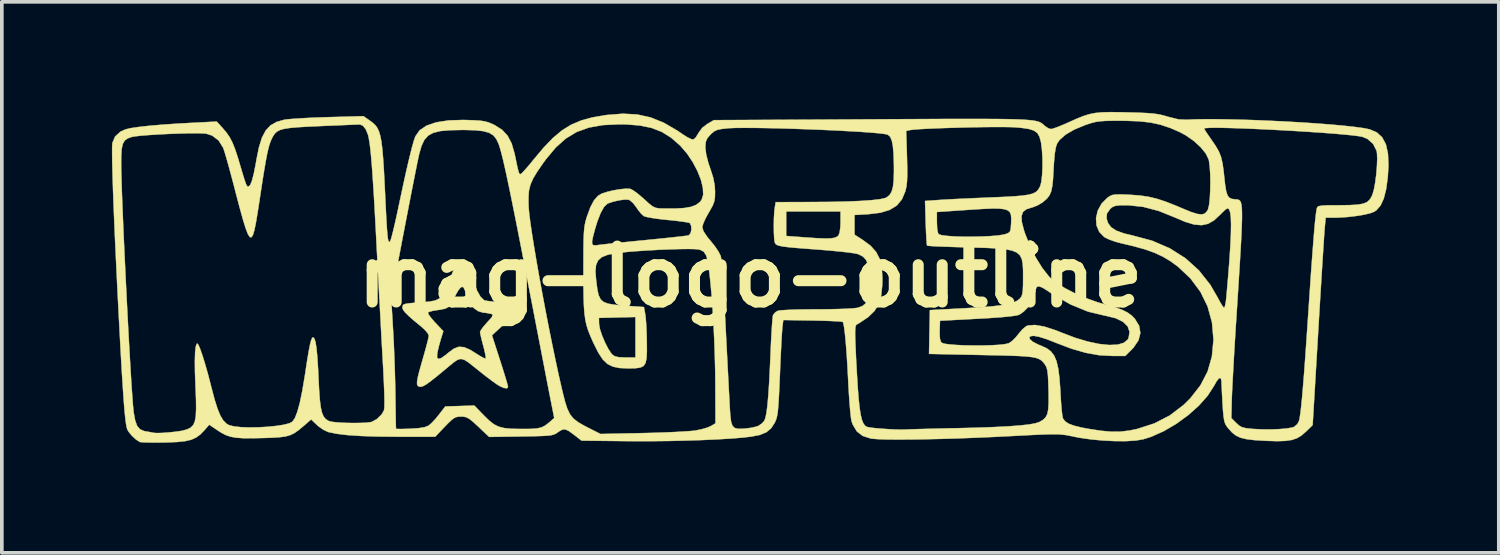
<source format=kicad_pcb>
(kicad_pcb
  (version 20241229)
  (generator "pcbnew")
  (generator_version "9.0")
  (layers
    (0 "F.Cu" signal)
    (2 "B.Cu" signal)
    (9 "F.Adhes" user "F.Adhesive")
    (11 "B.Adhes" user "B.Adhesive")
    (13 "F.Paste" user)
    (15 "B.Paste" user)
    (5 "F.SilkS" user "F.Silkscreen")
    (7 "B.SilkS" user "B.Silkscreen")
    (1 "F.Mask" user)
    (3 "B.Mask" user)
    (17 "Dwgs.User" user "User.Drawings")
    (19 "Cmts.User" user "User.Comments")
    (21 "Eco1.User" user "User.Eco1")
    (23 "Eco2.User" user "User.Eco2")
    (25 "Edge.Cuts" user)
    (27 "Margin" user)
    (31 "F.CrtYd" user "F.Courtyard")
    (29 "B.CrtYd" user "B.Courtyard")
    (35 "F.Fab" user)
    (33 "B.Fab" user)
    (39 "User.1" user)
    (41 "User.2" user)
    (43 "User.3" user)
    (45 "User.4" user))
  (footprint "mag-logo-outline"
    (layer "F.Cu")
    (at 17.396 4.489)
    (property "Reference" "mag-logo-outline" (at 0 0 0) (layer "F.SilkS") (effects (font (size 1.524 1.524) (thickness 0.3))))
    (attr through_hole)
    (fp_poly (pts (xy -7.821 -0.442) (xy -7.763 -0.385) (xy -7.692 -0.259) (xy -7.614 -0.08) (xy -7.538 0.139) (xy -7.535 0.148) (xy -7.448 0.38) (xy -7.355 0.545) (xy -7.262 0.636) (xy -7.23 0.649) (xy -7.145 0.663) (xy -7.001 0.679) (xy -6.824 0.696) (xy -6.752 0.702) (xy -6.526 0.725) (xy -6.376 0.755) (xy -6.292 0.795) (xy -6.265 0.848) (xy -6.265 0.848) (xy -6.294 0.893) (xy -6.369 0.973) (xy -6.443 1.044) (xy -6.574 1.165) (xy -6.728 1.306) (xy -6.831 1.402) (xy -7.042 1.597) (xy -6.823 2.276) (xy -6.75 2.503) (xy -6.688 2.704) (xy -6.64 2.864) (xy -6.611 2.968) (xy -6.604 3.001) (xy -6.635 3.042) (xy -6.726 3.028) (xy -6.837 2.977) (xy -6.921 2.924) (xy -7.052 2.83) (xy -7.21 2.711) (xy -7.346 2.604) (xy -7.545 2.444) (xy -7.69 2.33) (xy -7.799 2.262) (xy -7.889 2.24) (xy -7.975 2.261) (xy -8.074 2.326) (xy -8.204 2.432) (xy -8.335 2.542) (xy -8.55 2.719) (xy -8.711 2.846) (xy -8.829 2.931) (xy -8.914 2.98) (xy -8.975 2.999) (xy -9.023 2.996) (xy -9.035 2.992) (xy -9.068 2.968) (xy -9.084 2.923) (xy -9.081 2.845) (xy -9.059 2.723) (xy -9.014 2.547) (xy -8.946 2.306) (xy -8.905 2.163) (xy -8.849 1.966) (xy -8.804 1.795) (xy -8.773 1.667) (xy -8.763 1.604) (xy -8.794 1.538) (xy -8.874 1.445) (xy -8.96 1.367) (xy -9.169 1.195) (xy -9.317 1.064) (xy -9.404 0.977) (xy -8.786 0.977) (xy -8.771 1.024) (xy -8.708 1.113) (xy -8.611 1.227) (xy -8.589 1.25) (xy -8.367 1.484) (xy -8.436 1.705) (xy -8.481 1.866) (xy -8.52 2.024) (xy -8.532 2.085) (xy -8.539 2.196) (xy -8.506 2.241) (xy -8.43 2.221) (xy -8.306 2.135) (xy -8.234 2.074) (xy -8.081 1.961) (xy -7.944 1.909) (xy -7.802 1.92) (xy -7.636 1.992) (xy -7.496 2.079) (xy -7.367 2.16) (xy -7.267 2.215) (xy -7.215 2.232) (xy -7.212 2.231) (xy -7.212 2.182) (xy -7.232 2.074) (xy -7.267 1.926) (xy -7.278 1.887) (xy -7.32 1.727) (xy -7.351 1.595) (xy -7.366 1.514) (xy -7.366 1.507) (xy -7.339 1.448) (xy -7.267 1.351) (xy -7.172 1.243) (xy -7.071 1.133) (xy -7.022 1.069) (xy -7.019 1.036) (xy -7.055 1.016) (xy -7.077 1.01) (xy -7.2 0.986) (xy -7.289 0.978) (xy -7.419 0.938) (xy -7.55 0.845) (xy -7.649 0.724) (xy -7.682 0.648) (xy -7.719 0.528) (xy -7.769 0.394) (xy -7.771 0.389) (xy -7.815 0.297) (xy -7.853 0.273) (xy -7.902 0.302) (xy -7.959 0.372) (xy -8.027 0.49) (xy -8.067 0.573) (xy -8.142 0.727) (xy -8.216 0.82) (xy -8.315 0.871) (xy -8.465 0.901) (xy -8.519 0.908) (xy -8.654 0.93) (xy -8.753 0.957) (xy -8.786 0.977) (xy -9.404 0.977) (xy -9.414 0.967) (xy -9.466 0.896) (xy -9.483 0.842) (xy -9.483 0.84) (xy -9.478 0.795) (xy -9.457 0.764) (xy -9.403 0.741) (xy -9.305 0.725) (xy -9.148 0.71) (xy -8.958 0.697) (xy -8.748 0.679) (xy -8.595 0.65) (xy -8.482 0.597) (xy -8.394 0.508) (xy -8.316 0.368) (xy -8.231 0.167) (xy -8.195 0.076) (xy -8.096 -0.163) (xy -8.01 -0.325) (xy -7.934 -0.419) (xy -7.861 -0.45) (xy -7.821 -0.442)) (stroke (width 0.01) (type solid)) (fill yes) (layer "F.SilkS"))
    (fp_poly (pts (xy 10.067 -4.482) (xy 10.275 -4.477) (xy 10.57 -4.469) (xy 10.796 -4.459) (xy 10.971 -4.445) (xy 11.111 -4.426) (xy 11.231 -4.4) (xy 11.35 -4.366) (xy 11.367 -4.36) (xy 11.661 -4.287) (xy 11.874 -4.277) (xy 12.13 -4.288) (xy 12.444 -4.292) (xy 12.808 -4.29) (xy 13.21 -4.282) (xy 13.638 -4.27) (xy 14.082 -4.252) (xy 14.53 -4.231) (xy 14.972 -4.206) (xy 15.396 -4.178) (xy 15.791 -4.148) (xy 16.146 -4.116) (xy 16.45 -4.083) (xy 16.693 -4.05) (xy 16.862 -4.017) (xy 16.867 -4.016) (xy 17.064 -3.933) (xy 17.212 -3.798) (xy 17.314 -3.606) (xy 17.37 -3.352) (xy 17.384 -3.033) (xy 17.365 -2.714) (xy 17.32 -2.383) (xy 17.255 -2.127) (xy 17.168 -1.939) (xy 17.056 -1.811) (xy 16.997 -1.771) (xy 16.883 -1.728) (xy 16.706 -1.687) (xy 16.489 -1.652) (xy 16.252 -1.625) (xy 16.018 -1.611) (xy 15.913 -1.609) (xy 15.673 -1.609) (xy 15.648 -1.344) (xy 15.641 -1.254) (xy 15.629 -1.088) (xy 15.614 -0.855) (xy 15.595 -0.561) (xy 15.573 -0.216) (xy 15.549 0.171) (xy 15.523 0.594) (xy 15.496 1.043) (xy 15.47 1.482) (xy 15.318 4.043) (xy 15.137 4.22) (xy 15.017 4.324) (xy 14.895 4.398) (xy 14.754 4.447) (xy 14.579 4.473) (xy 14.355 4.481) (xy 14.064 4.472) (xy 14.012 4.47) (xy 13.73 4.452) (xy 13.516 4.426) (xy 13.354 4.387) (xy 13.228 4.328) (xy 13.123 4.246) (xy 13.021 4.133) (xy 13.021 4.132) (xy 12.981 4.082) (xy 12.95 4.034) (xy 12.925 3.978) (xy 12.906 3.903) (xy 12.89 3.798) (xy 12.876 3.652) (xy 12.863 3.455) (xy 12.849 3.196) (xy 12.833 2.865) (xy 12.831 2.826) (xy 12.811 2.759) (xy 12.766 2.768) (xy 12.7 2.851) (xy 12.632 2.973) (xy 12.459 3.241) (xy 12.22 3.511) (xy 11.93 3.77) (xy 11.605 4.007) (xy 11.262 4.208) (xy 10.917 4.362) (xy 10.699 4.43) (xy 10.498 4.464) (xy 10.235 4.48) (xy 9.93 4.479) (xy 9.603 4.463) (xy 9.275 4.432) (xy 8.966 4.388) (xy 8.832 4.361) (xy 8.71 4.336) (xy 8.604 4.316) (xy 8.501 4.303) (xy 8.389 4.294) (xy 8.257 4.292) (xy 8.092 4.295) (xy 7.881 4.303) (xy 7.614 4.315) (xy 7.277 4.333) (xy 7.181 4.338) (xy 6.666 4.364) (xy 6.158 4.386) (xy 5.663 4.405) (xy 5.192 4.419) (xy 4.752 4.429) (xy 4.352 4.435) (xy 4 4.437) (xy 3.704 4.434) (xy 3.473 4.426) (xy 3.316 4.414) (xy 3.281 4.409) (xy 3.059 4.338) (xy 2.899 4.215) (xy 2.788 4.029) (xy 2.758 3.947) (xy 2.741 3.858) (xy 2.723 3.699) (xy 2.704 3.486) (xy 2.686 3.235) (xy 2.67 2.959) (xy 2.666 2.879) (xy 2.645 2.477) (xy 2.623 2.119) (xy 2.599 1.811) (xy 2.575 1.56) (xy 2.552 1.375) (xy 2.53 1.263) (xy 2.516 1.232) (xy 2.468 1.223) (xy 2.348 1.215) (xy 2.171 1.206) (xy 1.951 1.199) (xy 1.7 1.193) (xy 1.693 1.193) (xy 0.895 1.18) (xy 0.872 1.363) (xy 0.864 1.454) (xy 0.853 1.616) (xy 0.841 1.836) (xy 0.828 2.1) (xy 0.814 2.395) (xy 0.803 2.667) (xy 0.788 3.009) (xy 0.775 3.278) (xy 0.762 3.484) (xy 0.749 3.64) (xy 0.734 3.756) (xy 0.715 3.843) (xy 0.692 3.913) (xy 0.663 3.977) (xy 0.662 3.978) (xy 0.564 4.13) (xy 0.435 4.237) (xy 0.259 4.31) (xy 0.019 4.357) (xy -0.224 4.385) (xy -0.538 4.41) (xy -0.91 4.432) (xy -1.327 4.451) (xy -1.775 4.465) (xy -2.242 4.476) (xy -2.713 4.481) (xy -3.175 4.481) (xy -3.349 4.48) (xy -4.602 4.466) (xy -4.806 4.307) (xy -4.942 4.208) (xy -5.039 4.161) (xy -5.122 4.165) (xy -5.215 4.215) (xy -5.254 4.244) (xy -5.302 4.276) (xy -5.355 4.3) (xy -5.424 4.318) (xy -5.524 4.331) (xy -5.666 4.339) (xy -5.862 4.345) (xy -6.126 4.35) (xy -6.25 4.352) (xy -7.118 4.365) (xy -7.412 4.088) (xy -7.554 3.957) (xy -7.656 3.875) (xy -7.738 3.83) (xy -7.817 3.813) (xy -7.885 3.81) (xy -7.975 3.815) (xy -8.05 3.838) (xy -8.129 3.891) (xy -8.231 3.987) (xy -8.326 4.085) (xy -8.589 4.36) (xy -9.597 4.36) (xy -10.141 4.355) (xy -10.601 4.34) (xy -10.979 4.315) (xy -11.276 4.279) (xy -11.492 4.234) (xy -11.515 4.227) (xy -11.637 4.169) (xy -11.77 4.076) (xy -11.816 4.035) (xy -11.969 3.889) (xy -12.168 4.062) (xy -12.305 4.176) (xy -12.422 4.259) (xy -12.538 4.316) (xy -12.672 4.353) (xy -12.841 4.375) (xy -13.064 4.388) (xy -13.258 4.394) (xy -13.572 4.401) (xy -13.817 4.4) (xy -14.007 4.387) (xy -14.159 4.36) (xy -14.288 4.317) (xy -14.408 4.256) (xy -14.505 4.194) (xy -14.745 4.033) (xy -14.872 4.178) (xy -14.986 4.296) (xy -15.103 4.382) (xy -15.237 4.442) (xy -15.406 4.481) (xy -15.625 4.504) (xy -15.91 4.515) (xy -15.96 4.516) (xy -16.183 4.519) (xy -16.38 4.517) (xy -16.532 4.513) (xy -16.622 4.506) (xy -16.637 4.502) (xy -16.74 4.437) (xy -16.854 4.331) (xy -16.947 4.217) (xy -16.979 4.158) (xy -16.998 4.091) (xy -17.016 3.983) (xy -17.035 3.829) (xy -17.055 3.623) (xy -17.076 3.361) (xy -17.098 3.038) (xy -17.123 2.649) (xy -17.15 2.189) (xy -17.179 1.654) (xy -17.207 1.122) (xy -17.243 0.428) (xy -17.275 -0.227) (xy -17.304 -0.839) (xy -17.329 -1.403) (xy -17.35 -1.915) (xy -17.367 -2.37) (xy -17.379 -2.764) (xy -17.388 -3.093) (xy -17.388 -3.106) (xy -17.145 -3.106) (xy -17.143 -2.914) (xy -17.136 -2.653) (xy -17.126 -2.332) (xy -17.112 -1.961) (xy -17.095 -1.547) (xy -17.076 -1.101) (xy -17.054 -0.629) (xy -17.031 -0.143) (xy -17.007 0.351) (xy -16.982 0.843) (xy -16.957 1.325) (xy -16.932 1.786) (xy -16.907 2.22) (xy -16.884 2.617) (xy -16.862 2.968) (xy -16.841 3.264) (xy -16.824 3.497) (xy -16.808 3.658) (xy -16.803 3.703) (xy -16.763 3.919) (xy -16.709 4.066) (xy -16.633 4.156) (xy -16.524 4.204) (xy -16.479 4.213) (xy -16.357 4.234) (xy -16.265 4.252) (xy -16.256 4.254) (xy -16.169 4.26) (xy -16.025 4.256) (xy -15.851 4.243) (xy -15.675 4.225) (xy -15.523 4.204) (xy -15.45 4.189) (xy -15.335 4.154) (xy -15.246 4.108) (xy -15.181 4.041) (xy -15.138 3.943) (xy -15.112 3.804) (xy -15.103 3.612) (xy -15.105 3.358) (xy -15.118 3.031) (xy -15.12 2.985) (xy -15.134 2.601) (xy -15.137 2.29) (xy -15.13 2.057) (xy -15.112 1.901) (xy -15.084 1.827) (xy -15.07 1.82) (xy -15.038 1.86) (xy -14.991 1.971) (xy -14.931 2.143) (xy -14.862 2.366) (xy -14.787 2.628) (xy -14.711 2.919) (xy -14.689 3.006) (xy -14.602 3.336) (xy -14.522 3.591) (xy -14.444 3.781) (xy -14.364 3.915) (xy -14.278 4.003) (xy -14.206 4.044) (xy -14.073 4.078) (xy -13.884 4.099) (xy -13.656 4.107) (xy -13.407 4.103) (xy -13.155 4.089) (xy -12.918 4.065) (xy -12.714 4.033) (xy -12.56 3.993) (xy -12.481 3.951) (xy -12.412 3.853) (xy -12.345 3.681) (xy -12.277 3.434) (xy -12.21 3.108) (xy -12.141 2.701) (xy -12.125 2.594) (xy -12.076 2.271) (xy -12.034 2.024) (xy -11.999 1.846) (xy -11.968 1.729) (xy -11.94 1.667) (xy -11.917 1.651) (xy -11.881 1.683) (xy -11.849 1.783) (xy -11.822 1.954) (xy -11.799 2.199) (xy -11.779 2.523) (xy -11.769 2.739) (xy -11.752 3.079) (xy -11.733 3.345) (xy -11.709 3.547) (xy -11.676 3.696) (xy -11.634 3.8) (xy -11.579 3.872) (xy -11.508 3.921) (xy -11.473 3.937) (xy -11.38 3.957) (xy -11.226 3.972) (xy -11.034 3.982) (xy -10.825 3.986) (xy -10.624 3.984) (xy -10.453 3.976) (xy -10.335 3.96) (xy -10.319 3.956) (xy -10.179 3.88) (xy -10.052 3.758) (xy -9.985 3.645) (xy -9.974 3.567) (xy -9.971 3.41) (xy -9.975 3.178) (xy -9.987 2.877) (xy -10.005 2.513) (xy -10.01 2.418) (xy -10.026 2.133) (xy -10.046 1.779) (xy -10.068 1.371) (xy -10.092 0.924) (xy -10.111 0.572) (xy -9.788 0.572) (xy -9.736 1.46) (xy -9.717 1.809) (xy -9.701 2.205) (xy -9.687 2.615) (xy -9.677 3.001) (xy -9.673 3.239) (xy -9.669 3.504) (xy -9.666 3.739) (xy -9.663 3.931) (xy -9.66 4.068) (xy -9.658 4.137) (xy -9.657 4.143) (xy -9.616 4.148) (xy -9.508 4.149) (xy -9.355 4.145) (xy -9.259 4.142) (xy -9.029 4.125) (xy -8.87 4.098) (xy -8.769 4.057) (xy -8.762 4.052) (xy -8.681 3.981) (xy -8.575 3.867) (xy -8.486 3.757) (xy -8.314 3.535) (xy -7.918 3.523) (xy -7.523 3.51) (xy -7.257 3.784) (xy -7.116 3.922) (xy -6.99 4.02) (xy -6.86 4.085) (xy -6.708 4.124) (xy -6.513 4.143) (xy -6.256 4.148) (xy -6.201 4.148) (xy -5.977 4.146) (xy -5.816 4.134) (xy -5.697 4.107) (xy -5.598 4.059) (xy -5.497 3.982) (xy -5.435 3.929) (xy -5.346 3.849) (xy -5.423 3.459) (xy -5.445 3.347) (xy -5.482 3.16) (xy -5.531 2.908) (xy -5.591 2.598) (xy -5.66 2.24) (xy -5.737 1.842) (xy -5.82 1.412) (xy -5.907 0.96) (xy -5.991 0.529) (xy -6.123 -0.155) (xy -6.241 -0.761) (xy -6.345 -1.293) (xy -6.437 -1.757) (xy -6.518 -2.157) (xy -6.52 -2.168) (xy -6.048 -2.168) (xy -6.045 -1.945) (xy -6.042 -1.886) (xy -6.027 -1.714) (xy -5.996 -1.47) (xy -5.951 -1.164) (xy -5.893 -0.806) (xy -5.826 -0.406) (xy -5.75 0.025) (xy -5.667 0.476) (xy -5.58 0.938) (xy -5.49 1.4) (xy -5.399 1.852) (xy -5.309 2.283) (xy -5.223 2.684) (xy -5.141 3.043) (xy -5.117 3.145) (xy -5.05 3.409) (xy -4.986 3.606) (xy -4.913 3.753) (xy -4.82 3.867) (xy -4.694 3.964) (xy -4.525 4.062) (xy -4.432 4.11) (xy -4.085 4.285) (xy -2.942 4.261) (xy -2.621 4.253) (xy -2.312 4.242) (xy -2.03 4.23) (xy -1.79 4.216) (xy -1.606 4.203) (xy -1.505 4.192) (xy -1.334 4.157) (xy -1.18 4.113) (xy -1.082 4.071) (xy -0.953 3.995) (xy -0.956 3.003) (xy -0.96 2.573) (xy -0.971 2.133) (xy -0.987 1.694) (xy -1.008 1.265) (xy -1.032 0.856) (xy -1.06 0.478) (xy -1.091 0.14) (xy -1.123 -0.147) (xy -1.157 -0.375) (xy -1.191 -0.532) (xy -1.206 -0.578) (xy -1.269 -0.68) (xy -1.366 -0.731) (xy -1.421 -0.744) (xy -1.527 -0.753) (xy -1.702 -0.756) (xy -1.932 -0.753) (xy -2.202 -0.745) (xy -2.497 -0.733) (xy -2.801 -0.716) (xy -3.101 -0.696) (xy -3.356 -0.675) (xy -3.66 -0.641) (xy -3.888 -0.597) (xy -4.049 -0.534) (xy -4.152 -0.443) (xy -4.207 -0.315) (xy -4.222 -0.143) (xy -4.205 0.082) (xy -4.199 0.135) (xy -4.171 0.346) (xy -4.137 0.501) (xy -4.085 0.612) (xy -4.004 0.686) (xy -3.879 0.734) (xy -3.701 0.764) (xy -3.455 0.787) (xy -3.324 0.796) (xy -2.902 0.826) (xy -2.867 1.016) (xy -2.852 1.132) (xy -2.839 1.309) (xy -2.829 1.524) (xy -2.823 1.752) (xy -2.823 1.762) (xy -2.821 2.028) (xy -2.83 2.22) (xy -2.858 2.351) (xy -2.912 2.433) (xy -3.002 2.476) (xy -3.134 2.494) (xy -3.318 2.498) (xy -3.332 2.498) (xy -3.565 2.488) (xy -3.749 2.45) (xy -3.898 2.375) (xy -4.025 2.252) (xy -4.145 2.069) (xy -4.271 1.817) (xy -4.291 1.775) (xy -4.363 1.611) (xy -4.421 1.465) (xy -4.466 1.322) (xy -4.499 1.171) (xy -4.505 1.122) (xy -4.128 1.122) (xy -4.124 1.291) (xy -4.101 1.425) (xy -4.043 1.601) (xy -3.963 1.79) (xy -3.874 1.964) (xy -3.787 2.095) (xy -3.764 2.121) (xy -3.694 2.168) (xy -3.59 2.193) (xy -3.429 2.201) (xy -3.408 2.201) (xy -3.133 2.201) (xy -3.133 1.098) (xy -3.63 1.11) (xy -4.128 1.122) (xy -4.505 1.122) (xy -4.522 1) (xy -4.537 0.794) (xy -4.546 0.543) (xy -4.55 0.233) (xy -4.551 -0.149) (xy -4.551 -0.169) (xy -4.55 -0.518) (xy -4.549 -0.795) (xy -4.546 -0.97) (xy -4.314 -0.97) (xy -4.312 -0.892) (xy -4.279 -0.858) (xy -4.212 -0.854) (xy -4.15 -0.863) (xy -4.063 -0.874) (xy -3.905 -0.892) (xy -3.689 -0.915) (xy -3.429 -0.941) (xy -3.138 -0.97) (xy -2.87 -0.996) (xy -2.569 -1.026) (xy -2.293 -1.054) (xy -2.054 -1.08) (xy -1.865 -1.101) (xy -1.736 -1.117) (xy -1.683 -1.126) (xy -1.633 -1.18) (xy -1.609 -1.277) (xy -1.611 -1.344) (xy -1.312 -1.344) (xy -1.278 -1.236) (xy -1.174 -1.081) (xy -1.078 -0.966) (xy -0.963 -0.822) (xy -0.868 -0.68) (xy -0.811 -0.568) (xy -0.806 -0.55) (xy -0.795 -0.476) (xy -0.781 -0.328) (xy -0.764 -0.114) (xy -0.746 0.154) (xy -0.726 0.466) (xy -0.706 0.814) (xy -0.685 1.187) (xy -0.679 1.312) (xy -0.659 1.709) (xy -0.639 2.099) (xy -0.62 2.47) (xy -0.602 2.809) (xy -0.587 3.103) (xy -0.574 3.341) (xy -0.566 3.509) (xy -0.565 3.527) (xy -0.549 3.772) (xy -0.528 3.945) (xy -0.493 4.056) (xy -0.435 4.118) (xy -0.348 4.143) (xy -0.223 4.143) (xy -0.151 4.138) (xy 0.008 4.118) (xy 0.147 4.088) (xy 0.214 4.066) (xy 0.316 3.996) (xy 0.376 3.929) (xy 0.408 3.848) (xy 0.437 3.709) (xy 0.463 3.506) (xy 0.487 3.236) (xy 0.51 2.894) (xy 0.531 2.475) (xy 0.547 2.117) (xy 0.559 1.831) (xy 0.573 1.571) (xy 0.586 1.349) (xy 0.599 1.178) (xy 0.611 1.072) (xy 0.616 1.045) (xy 0.677 0.97) (xy 0.749 0.928) (xy 0.82 0.917) (xy 0.963 0.907) (xy 1.162 0.898) (xy 1.405 0.892) (xy 1.678 0.889) (xy 1.813 0.889) (xy 2.106 0.887) (xy 2.377 0.881) (xy 2.61 0.873) (xy 2.792 0.862) (xy 2.909 0.849) (xy 2.932 0.844) (xy 3.052 0.798) (xy 3.137 0.729) (xy 3.192 0.623) (xy 3.223 0.466) (xy 3.235 0.244) (xy 3.236 0.122) (xy 3.229 -0.135) (xy 3.203 -0.322) (xy 3.154 -0.453) (xy 3.073 -0.543) (xy 2.956 -0.606) (xy 2.915 -0.62) (xy 2.83 -0.638) (xy 2.675 -0.66) (xy 2.466 -0.683) (xy 2.216 -0.708) (xy 1.942 -0.731) (xy 1.852 -0.738) (xy 1.509 -0.764) (xy 1.24 -0.785) (xy 1.038 -0.804) (xy 0.891 -0.823) (xy 0.79 -0.842) (xy 0.725 -0.864) (xy 0.688 -0.889) (xy 0.669 -0.921) (xy 0.66 -0.946) (xy 0.647 -1.046) (xy 0.639 -1.203) (xy 0.637 -1.393) (xy 0.64 -1.587) (xy 0.65 -1.76) (xy 0.652 -1.778) (xy 0.974 -1.778) (xy 0.974 -1.11) (xy 1.535 -1.068) (xy 1.82 -1.049) (xy 2.033 -1.041) (xy 2.187 -1.044) (xy 2.292 -1.061) (xy 2.361 -1.09) (xy 2.402 -1.13) (xy 2.431 -1.211) (xy 2.45 -1.349) (xy 2.455 -1.49) (xy 2.455 -1.682) (xy 2.836 -1.682) (xy 2.836 -1.146) (xy 3.06 -1.002) (xy 3.271 -0.846) (xy 3.423 -0.677) (xy 3.524 -0.481) (xy 3.58 -0.242) (xy 3.596 0.054) (xy 3.591 0.238) (xy 3.561 0.519) (xy 3.495 0.746) (xy 3.38 0.934) (xy 3.207 1.102) (xy 2.964 1.264) (xy 2.888 1.308) (xy 2.87 1.333) (xy 2.859 1.392) (xy 2.853 1.493) (xy 2.854 1.648) (xy 2.862 1.865) (xy 2.875 2.154) (xy 2.878 2.225) (xy 2.903 2.673) (xy 2.926 3.044) (xy 2.95 3.345) (xy 2.976 3.583) (xy 3.005 3.766) (xy 3.038 3.901) (xy 3.076 3.995) (xy 3.12 4.056) (xy 3.17 4.09) (xy 3.244 4.107) (xy 3.38 4.124) (xy 3.558 4.14) (xy 3.753 4.153) (xy 3.946 4.163) (xy 4.114 4.167) (xy 4.233 4.164) (xy 4.314 4.16) (xy 4.466 4.155) (xy 4.678 4.149) (xy 4.938 4.142) (xy 5.232 4.135) (xy 5.55 4.128) (xy 5.588 4.128) (xy 6.146 4.114) (xy 6.622 4.097) (xy 7.019 4.077) (xy 7.34 4.053) (xy 7.588 4.026) (xy 7.765 3.994) (xy 7.874 3.958) (xy 7.877 3.957) (xy 7.973 3.899) (xy 8.042 3.833) (xy 8.088 3.743) (xy 8.114 3.617) (xy 8.125 3.439) (xy 8.124 3.195) (xy 8.122 3.095) (xy 8.114 2.853) (xy 8.105 2.68) (xy 8.09 2.56) (xy 8.07 2.477) (xy 8.039 2.415) (xy 8.018 2.384) (xy 7.974 2.327) (xy 7.927 2.281) (xy 7.868 2.244) (xy 7.79 2.215) (xy 7.682 2.192) (xy 7.536 2.175) (xy 7.343 2.162) (xy 7.095 2.152) (xy 6.781 2.143) (xy 6.394 2.135) (xy 6.293 2.133) (xy 4.866 2.103) (xy 4.876 1.579) (xy 5.155 1.579) (xy 5.165 1.698) (xy 5.189 1.77) (xy 5.21 1.798) (xy 5.277 1.824) (xy 5.413 1.844) (xy 5.601 1.859) (xy 5.826 1.87) (xy 6.07 1.874) (xy 6.319 1.874) (xy 6.557 1.868) (xy 6.766 1.856) (xy 6.931 1.838) (xy 7.036 1.814) (xy 7.038 1.814) (xy 7.126 1.754) (xy 7.231 1.65) (xy 7.301 1.562) (xy 7.41 1.434) (xy 7.514 1.349) (xy 7.559 1.329) (xy 7.752 1.315) (xy 8.001 1.357) (xy 8.308 1.456) (xy 8.479 1.524) (xy 8.846 1.664) (xy 9.191 1.767) (xy 9.504 1.833) (xy 9.777 1.861) (xy 10.004 1.851) (xy 10.174 1.801) (xy 10.282 1.711) (xy 10.303 1.67) (xy 10.33 1.502) (xy 10.278 1.353) (xy 10.151 1.228) (xy 9.953 1.131) (xy 9.687 1.066) (xy 9.662 1.062) (xy 9.198 0.951) (xy 8.724 0.757) (xy 8.238 0.48) (xy 8.115 0.397) (xy 7.964 0.301) (xy 7.864 0.262) (xy 7.804 0.276) (xy 7.773 0.344) (xy 7.772 0.349) (xy 7.747 0.467) (xy 7.728 0.56) (xy 7.674 0.682) (xy 7.573 0.822) (xy 7.448 0.949) (xy 7.328 1.034) (xy 7.241 1.058) (xy 7.071 1.081) (xy 6.821 1.105) (xy 6.494 1.128) (xy 6.191 1.145) (xy 5.165 1.2) (xy 5.158 1.394) (xy 5.155 1.579) (xy 4.876 1.579) (xy 4.878 1.507) (xy 4.889 0.91) (xy 5.86 0.858) (xy 6.255 0.834) (xy 6.575 0.808) (xy 6.827 0.779) (xy 7.022 0.744) (xy 7.167 0.702) (xy 7.272 0.652) (xy 7.346 0.592) (xy 7.348 0.589) (xy 7.384 0.54) (xy 7.407 0.473) (xy 7.421 0.374) (xy 7.428 0.223) (xy 7.429 0.006) (xy 7.429 0) (xy 7.428 -0.198) (xy 7.418 -0.359) (xy 7.392 -0.486) (xy 7.342 -0.584) (xy 7.258 -0.658) (xy 7.135 -0.71) (xy 6.962 -0.746) (xy 6.733 -0.769) (xy 6.44 -0.785) (xy 6.073 -0.795) (xy 5.877 -0.8) (xy 5.589 -0.808) (xy 5.329 -0.817) (xy 5.11 -0.825) (xy 4.944 -0.834) (xy 4.841 -0.842) (xy 4.813 -0.847) (xy 4.805 -0.894) (xy 4.796 -1.011) (xy 4.786 -1.181) (xy 4.778 -1.387) (xy 4.775 -1.466) (xy 4.766 -1.763) (xy 5.08 -1.763) (xy 5.08 -1.477) (xy 5.088 -1.297) (xy 5.112 -1.186) (xy 5.133 -1.156) (xy 5.217 -1.13) (xy 5.369 -1.111) (xy 5.572 -1.097) (xy 5.808 -1.09) (xy 6.061 -1.09) (xy 6.313 -1.095) (xy 6.549 -1.107) (xy 6.751 -1.124) (xy 6.901 -1.148) (xy 6.943 -1.159) (xy 7.024 -1.189) (xy 7.07 -1.228) (xy 7.091 -1.3) (xy 7.101 -1.427) (xy 7.103 -1.467) (xy 7.107 -1.589) (xy 7.101 -1.648) (xy 7.385 -1.648) (xy 7.395 -1.487) (xy 7.452 -1.266) (xy 7.485 -1.168) (xy 7.616 -0.84) (xy 7.775 -0.523) (xy 7.951 -0.239) (xy 8.129 -0.012) (xy 8.163 0.024) (xy 8.334 0.164) (xy 8.569 0.312) (xy 8.849 0.456) (xy 9.155 0.588) (xy 9.467 0.699) (xy 9.631 0.746) (xy 9.91 0.825) (xy 10.12 0.899) (xy 10.278 0.978) (xy 10.398 1.067) (xy 10.472 1.144) (xy 10.59 1.337) (xy 10.624 1.534) (xy 10.573 1.733) (xy 10.439 1.931) (xy 10.395 1.978) (xy 10.213 2.159) (xy 9.867 2.159) (xy 9.503 2.139) (xy 9.137 2.074) (xy 8.748 1.962) (xy 8.366 1.817) (xy 8.082 1.706) (xy 7.867 1.638) (xy 7.717 1.61) (xy 7.627 1.623) (xy 7.602 1.645) (xy 7.612 1.702) (xy 7.693 1.772) (xy 7.835 1.846) (xy 7.93 1.885) (xy 8.074 1.951) (xy 8.187 2.035) (xy 8.274 2.148) (xy 8.339 2.3) (xy 8.386 2.503) (xy 8.42 2.767) (xy 8.444 3.102) (xy 8.449 3.196) (xy 8.462 3.417) (xy 8.478 3.612) (xy 8.495 3.762) (xy 8.512 3.851) (xy 8.516 3.863) (xy 8.575 3.941) (xy 8.671 4.005) (xy 8.817 4.059) (xy 9.025 4.11) (xy 9.21 4.145) (xy 9.549 4.197) (xy 9.831 4.223) (xy 10.081 4.221) (xy 10.324 4.192) (xy 10.533 4.149) (xy 11.005 3.997) (xy 11.426 3.78) (xy 11.801 3.495) (xy 11.984 3.314) (xy 12.26 2.961) (xy 12.456 2.583) (xy 12.573 2.174) (xy 12.615 1.73) (xy 12.615 1.701) (xy 12.575 1.242) (xy 12.456 0.811) (xy 12.26 0.411) (xy 11.99 0.048) (xy 11.649 -0.273) (xy 11.447 -0.421) (xy 11.24 -0.545) (xy 11.013 -0.651) (xy 10.748 -0.746) (xy 10.43 -0.834) (xy 10.114 -0.908) (xy 9.934 -0.956) (xy 9.765 -1.018) (xy 9.643 -1.079) (xy 9.639 -1.082) (xy 9.503 -1.221) (xy 9.429 -1.398) (xy 9.417 -1.587) (xy 9.702 -1.587) (xy 9.744 -1.461) (xy 9.827 -1.348) (xy 9.969 -1.255) (xy 10.178 -1.179) (xy 10.409 -1.124) (xy 10.946 -0.98) (xy 11.427 -0.773) (xy 11.853 -0.503) (xy 12.221 -0.17) (xy 12.531 0.223) (xy 12.726 0.561) (xy 12.8 0.698) (xy 12.862 0.799) (xy 12.902 0.845) (xy 12.906 0.847) (xy 12.927 0.808) (xy 12.949 0.707) (xy 12.967 0.564) (xy 12.967 0.561) (xy 13.014 0.014) (xy 13.051 -0.454) (xy 13.076 -0.846) (xy 13.091 -1.167) (xy 13.095 -1.422) (xy 13.089 -1.614) (xy 13.072 -1.749) (xy 13.045 -1.83) (xy 13.008 -1.862) (xy 12.999 -1.863) (xy 12.949 -1.834) (xy 12.866 -1.759) (xy 12.797 -1.689) (xy 12.633 -1.536) (xy 12.47 -1.442) (xy 12.293 -1.404) (xy 12.089 -1.422) (xy 11.845 -1.495) (xy 11.578 -1.609) (xy 11.124 -1.792) (xy 10.701 -1.903) (xy 10.297 -1.947) (xy 10.236 -1.947) (xy 10.062 -1.945) (xy 9.95 -1.932) (xy 9.874 -1.905) (xy 9.812 -1.857) (xy 9.798 -1.843) (xy 9.713 -1.721) (xy 9.702 -1.587) (xy 9.417 -1.587) (xy 9.416 -1.597) (xy 9.463 -1.8) (xy 9.567 -1.991) (xy 9.727 -2.152) (xy 9.744 -2.164) (xy 9.806 -2.204) (xy 9.873 -2.229) (xy 9.961 -2.241) (xy 10.091 -2.242) (xy 10.282 -2.235) (xy 10.344 -2.232) (xy 10.607 -2.213) (xy 10.842 -2.179) (xy 11.071 -2.125) (xy 11.317 -2.044) (xy 11.604 -1.931) (xy 11.76 -1.864) (xy 11.997 -1.767) (xy 12.172 -1.711) (xy 12.297 -1.696) (xy 12.383 -1.722) (xy 12.443 -1.788) (xy 12.469 -1.84) (xy 12.496 -1.952) (xy 12.516 -2.127) (xy 12.527 -2.341) (xy 12.531 -2.574) (xy 12.527 -2.804) (xy 12.513 -3.008) (xy 12.492 -3.165) (xy 12.484 -3.196) (xy 12.407 -3.356) (xy 12.267 -3.528) (xy 12.082 -3.698) (xy 11.867 -3.849) (xy 11.713 -3.933) (xy 11.474 -4.038) (xy 12.361 -4.038) (xy 12.384 -3.993) (xy 12.445 -3.899) (xy 12.532 -3.773) (xy 12.554 -3.741) (xy 12.677 -3.561) (xy 12.764 -3.409) (xy 12.823 -3.259) (xy 12.863 -3.086) (xy 12.894 -2.865) (xy 12.907 -2.739) (xy 12.934 -2.499) (xy 12.962 -2.33) (xy 12.997 -2.219) (xy 13.044 -2.154) (xy 13.111 -2.121) (xy 13.195 -2.109) (xy 13.24 -2.106) (xy 13.279 -2.101) (xy 13.313 -2.09) (xy 13.34 -2.066) (xy 13.362 -2.025) (xy 13.378 -1.96) (xy 13.389 -1.866) (xy 13.393 -1.738) (xy 13.393 -1.57) (xy 13.386 -1.357) (xy 13.375 -1.093) (xy 13.357 -0.773) (xy 13.335 -0.391) (xy 13.307 0.058) (xy 13.274 0.579) (xy 13.236 1.179) (xy 13.228 1.291) (xy 13.204 1.678) (xy 13.181 2.058) (xy 13.161 2.417) (xy 13.143 2.742) (xy 13.128 3.022) (xy 13.118 3.243) (xy 13.113 3.392) (xy 13.113 3.397) (xy 13.103 3.851) (xy 13.239 3.987) (xy 13.317 4.058) (xy 13.395 4.101) (xy 13.498 4.127) (xy 13.654 4.144) (xy 13.704 4.148) (xy 13.946 4.16) (xy 14.194 4.161) (xy 14.427 4.151) (xy 14.626 4.133) (xy 14.77 4.106) (xy 14.814 4.091) (xy 14.902 4.015) (xy 14.948 3.927) (xy 14.966 3.838) (xy 14.986 3.706) (xy 15.007 3.526) (xy 15.03 3.292) (xy 15.055 3) (xy 15.084 2.644) (xy 15.115 2.221) (xy 15.15 1.723) (xy 15.189 1.147) (xy 15.198 1.016) (xy 15.239 0.407) (xy 15.275 -0.121) (xy 15.308 -0.572) (xy 15.337 -0.95) (xy 15.362 -1.259) (xy 15.384 -1.502) (xy 15.404 -1.683) (xy 15.421 -1.807) (xy 15.435 -1.873) (xy 15.452 -1.903) (xy 15.491 -1.923) (xy 15.566 -1.937) (xy 15.689 -1.944) (xy 15.874 -1.947) (xy 16.049 -1.947) (xy 16.331 -1.951) (xy 16.54 -1.963) (xy 16.692 -1.989) (xy 16.798 -2.032) (xy 16.872 -2.098) (xy 16.927 -2.19) (xy 16.948 -2.24) (xy 16.988 -2.377) (xy 17.022 -2.566) (xy 17.051 -2.784) (xy 17.069 -3.006) (xy 17.077 -3.209) (xy 17.071 -3.367) (xy 17.06 -3.431) (xy 16.965 -3.619) (xy 16.813 -3.754) (xy 16.682 -3.809) (xy 16.573 -3.83) (xy 16.397 -3.852) (xy 16.165 -3.875) (xy 15.887 -3.899) (xy 15.571 -3.923) (xy 15.227 -3.946) (xy 14.865 -3.969) (xy 14.495 -3.99) (xy 14.126 -4.009) (xy 13.768 -4.026) (xy 13.43 -4.04) (xy 13.121 -4.05) (xy 12.853 -4.057) (xy 12.633 -4.059) (xy 12.473 -4.055) (xy 12.38 -4.047) (xy 12.361 -4.038) (xy 11.474 -4.038) (xy 11.435 -4.054) (xy 11.17 -4.142) (xy 10.896 -4.201) (xy 10.59 -4.235) (xy 10.229 -4.248) (xy 10.118 -4.249) (xy 9.861 -4.249) (xy 9.669 -4.245) (xy 9.522 -4.234) (xy 9.4 -4.216) (xy 9.284 -4.186) (xy 9.154 -4.144) (xy 9.128 -4.135) (xy 8.829 -4.012) (xy 8.591 -3.874) (xy 8.423 -3.727) (xy 8.356 -3.631) (xy 8.321 -3.527) (xy 8.293 -3.363) (xy 8.271 -3.128) (xy 8.259 -2.92) (xy 8.244 -2.656) (xy 8.223 -2.461) (xy 8.192 -2.318) (xy 8.144 -2.211) (xy 8.075 -2.124) (xy 7.978 -2.04) (xy 7.949 -2.018) (xy 7.818 -1.941) (xy 7.679 -1.887) (xy 7.662 -1.884) (xy 7.516 -1.837) (xy 7.424 -1.762) (xy 7.385 -1.648) (xy 7.101 -1.648) (xy 7.098 -1.685) (xy 7.069 -1.757) (xy 7.011 -1.808) (xy 6.916 -1.84) (xy 6.774 -1.856) (xy 6.577 -1.857) (xy 6.317 -1.846) (xy 5.985 -1.825) (xy 5.81 -1.813) (xy 5.08 -1.763) (xy 4.766 -1.763) (xy 4.757 -2.064) (xy 5.141 -2.091) (xy 5.295 -2.101) (xy 5.517 -2.113) (xy 5.787 -2.126) (xy 6.088 -2.14) (xy 6.401 -2.153) (xy 6.553 -2.16) (xy 6.911 -2.175) (xy 7.194 -2.191) (xy 7.412 -2.21) (xy 7.575 -2.234) (xy 7.693 -2.265) (xy 7.776 -2.307) (xy 7.834 -2.361) (xy 7.876 -2.429) (xy 7.899 -2.478) (xy 7.929 -2.6) (xy 7.948 -2.783) (xy 7.958 -3.002) (xy 7.956 -3.235) (xy 7.943 -3.458) (xy 7.919 -3.647) (xy 7.912 -3.682) (xy 7.874 -3.818) (xy 7.816 -3.915) (xy 7.725 -3.981) (xy 7.586 -4.026) (xy 7.386 -4.055) (xy 7.225 -4.07) (xy 7.084 -4.076) (xy 6.88 -4.079) (xy 6.626 -4.079) (xy 6.337 -4.076) (xy 6.025 -4.071) (xy 5.704 -4.063) (xy 5.388 -4.054) (xy 5.09 -4.044) (xy 4.823 -4.032) (xy 4.602 -4.02) (xy 4.44 -4.007) (xy 4.355 -3.996) (xy 4.243 -3.971) (xy 4.265 -3.266) (xy 4.272 -2.98) (xy 4.273 -2.763) (xy 4.266 -2.598) (xy 4.252 -2.468) (xy 4.228 -2.357) (xy 4.22 -2.326) (xy 4.127 -2.107) (xy 3.988 -1.939) (xy 3.794 -1.82) (xy 3.539 -1.743) (xy 3.213 -1.703) (xy 3.207 -1.703) (xy 2.836 -1.682) (xy 2.455 -1.682) (xy 2.455 -1.778) (xy 0.974 -1.778) (xy 0.652 -1.778) (xy 0.662 -1.873) (xy 0.688 -2.032) (xy 1.667 -2.035) (xy 2.185 -2.039) (xy 2.632 -2.049) (xy 3.008 -2.065) (xy 3.308 -2.086) (xy 3.531 -2.112) (xy 3.673 -2.144) (xy 3.714 -2.162) (xy 3.791 -2.226) (xy 3.846 -2.315) (xy 3.882 -2.443) (xy 3.903 -2.622) (xy 3.91 -2.866) (xy 3.909 -3.041) (xy 3.9 -3.338) (xy 3.881 -3.56) (xy 3.85 -3.717) (xy 3.804 -3.817) (xy 3.742 -3.869) (xy 3.735 -3.872) (xy 3.649 -3.89) (xy 3.489 -3.909) (xy 3.265 -3.928) (xy 2.988 -3.948) (xy 2.668 -3.966) (xy 2.316 -3.985) (xy 1.942 -4.002) (xy 1.557 -4.017) (xy 1.17 -4.031) (xy 0.793 -4.042) (xy 0.436 -4.05) (xy 0.11 -4.055) (xy -0.176 -4.056) (xy -0.411 -4.054) (xy -0.583 -4.047) (xy -0.621 -4.044) (xy -0.794 -4.024) (xy -0.909 -3.998) (xy -0.993 -3.957) (xy -1.071 -3.89) (xy -1.088 -3.873) (xy -1.175 -3.773) (xy -1.216 -3.677) (xy -1.228 -3.544) (xy -1.228 -3.521) (xy -1.206 -3.331) (xy -1.145 -3.095) (xy -1.097 -2.956) (xy -1.016 -2.704) (xy -0.974 -2.487) (xy -0.964 -2.319) (xy -0.967 -2.167) (xy -0.985 -2.051) (xy -1.028 -1.939) (xy -1.105 -1.799) (xy -1.137 -1.745) (xy -1.221 -1.593) (xy -1.283 -1.455) (xy -1.312 -1.356) (xy -1.312 -1.344) (xy -1.611 -1.344) (xy -1.613 -1.382) (xy -1.648 -1.457) (xy -1.658 -1.465) (xy -1.716 -1.48) (xy -1.842 -1.499) (xy -2.017 -1.522) (xy -2.224 -1.544) (xy -2.265 -1.547) (xy -2.481 -1.571) (xy -2.671 -1.598) (xy -2.817 -1.625) (xy -2.901 -1.649) (xy -2.907 -1.652) (xy -2.979 -1.718) (xy -3.066 -1.827) (xy -3.108 -1.89) (xy -3.193 -2.001) (xy -3.28 -2.079) (xy -3.318 -2.098) (xy -3.421 -2.102) (xy -3.568 -2.083) (xy -3.727 -2.048) (xy -3.862 -2.004) (xy -3.9 -1.987) (xy -3.99 -1.899) (xy -4.082 -1.735) (xy -4.172 -1.502) (xy -4.232 -1.307) (xy -4.286 -1.104) (xy -4.314 -0.97) (xy -4.546 -0.97) (xy -4.545 -1.01) (xy -4.538 -1.177) (xy -4.528 -1.306) (xy -4.513 -1.411) (xy -4.494 -1.503) (xy -4.468 -1.594) (xy -4.457 -1.63) (xy -4.362 -1.89) (xy -4.264 -2.077) (xy -4.157 -2.2) (xy -4.052 -2.264) (xy -3.908 -2.311) (xy -3.73 -2.353) (xy -3.547 -2.384) (xy -3.386 -2.399) (xy -3.276 -2.394) (xy -3.272 -2.393) (xy -3.195 -2.353) (xy -3.079 -2.27) (xy -2.945 -2.157) (xy -2.898 -2.115) (xy -2.765 -1.994) (xy -2.669 -1.919) (xy -2.588 -1.879) (xy -2.497 -1.862) (xy -2.382 -1.857) (xy -2.058 -1.857) (xy -1.807 -1.871) (xy -1.617 -1.904) (xy -1.478 -1.958) (xy -1.378 -2.034) (xy -1.331 -2.093) (xy -1.287 -2.231) (xy -1.295 -2.418) (xy -1.348 -2.637) (xy -1.442 -2.876) (xy -1.57 -3.12) (xy -1.726 -3.354) (xy -1.906 -3.563) (xy -1.922 -3.579) (xy -2.161 -3.788) (xy -2.413 -3.945) (xy -2.692 -4.054) (xy -3.013 -4.12) (xy -3.391 -4.15) (xy -3.577 -4.152) (xy -4.019 -4.131) (xy -4.399 -4.064) (xy -4.731 -3.945) (xy -5.028 -3.766) (xy -5.303 -3.521) (xy -5.569 -3.203) (xy -5.653 -3.088) (xy -5.811 -2.858) (xy -5.922 -2.673) (xy -5.994 -2.51) (xy -6.034 -2.349) (xy -6.048 -2.168) (xy -6.52 -2.168) (xy -6.589 -2.499) (xy -6.65 -2.788) (xy -6.703 -3.027) (xy -6.749 -3.224) (xy -6.789 -3.381) (xy -6.824 -3.505) (xy -6.854 -3.599) (xy -6.862 -3.621) (xy -6.925 -3.754) (xy -7.007 -3.853) (xy -7.121 -3.922) (xy -7.279 -3.966) (xy -7.493 -3.99) (xy -7.776 -3.998) (xy -7.874 -3.998) (xy -8.198 -3.991) (xy -8.45 -3.968) (xy -8.641 -3.921) (xy -8.782 -3.843) (xy -8.886 -3.725) (xy -8.963 -3.561) (xy -9.025 -3.344) (xy -9.05 -3.232) (xy -9.078 -3.097) (xy -9.119 -2.89) (xy -9.172 -2.624) (xy -9.234 -2.31) (xy -9.302 -1.96) (xy -9.374 -1.587) (xy -9.448 -1.201) (xy -9.464 -1.121) (xy -9.788 0.572) (xy -10.111 0.572) (xy -10.117 0.454) (xy -10.142 -0.024) (xy -10.167 -0.495) (xy -10.181 -0.762) (xy -10.212 -1.358) (xy -10.24 -1.876) (xy -10.266 -2.321) (xy -10.291 -2.698) (xy -10.313 -3.014) (xy -10.335 -3.274) (xy -10.356 -3.484) (xy -10.377 -3.65) (xy -10.399 -3.778) (xy -10.417 -3.861) (xy -10.477 -4.011) (xy -10.556 -4.113) (xy -10.639 -4.148) (xy -10.694 -4.147) (xy -10.821 -4.142) (xy -11.008 -4.134) (xy -11.242 -4.124) (xy -11.512 -4.113) (xy -11.699 -4.105) (xy -12.05 -4.089) (xy -12.326 -4.073) (xy -12.539 -4.054) (xy -12.698 -4.03) (xy -12.814 -3.998) (xy -12.897 -3.956) (xy -12.957 -3.9) (xy -13.005 -3.83) (xy -13.033 -3.777) (xy -13.069 -3.7) (xy -13.102 -3.608) (xy -13.134 -3.493) (xy -13.168 -3.346) (xy -13.204 -3.156) (xy -13.246 -2.914) (xy -13.295 -2.61) (xy -13.352 -2.236) (xy -13.373 -2.096) (xy -13.426 -1.754) (xy -13.472 -1.479) (xy -13.514 -1.273) (xy -13.554 -1.137) (xy -13.596 -1.073) (xy -13.641 -1.081) (xy -13.693 -1.164) (xy -13.754 -1.322) (xy -13.827 -1.558) (xy -13.914 -1.872) (xy -14.018 -2.266) (xy -14.072 -2.477) (xy -14.144 -2.748) (xy -14.212 -3) (xy -14.274 -3.219) (xy -14.324 -3.389) (xy -14.359 -3.496) (xy -14.366 -3.514) (xy -14.49 -3.712) (xy -14.664 -3.844) (xy -14.825 -3.897) (xy -14.932 -3.906) (xy -15.105 -3.909) (xy -15.329 -3.907) (xy -15.586 -3.9) (xy -15.859 -3.89) (xy -16.131 -3.876) (xy -16.385 -3.86) (xy -16.603 -3.843) (xy -16.768 -3.824) (xy -16.855 -3.808) (xy -16.969 -3.768) (xy -17.049 -3.709) (xy -17.101 -3.618) (xy -17.131 -3.481) (xy -17.143 -3.283) (xy -17.145 -3.106) (xy -17.388 -3.106) (xy -17.391 -3.351) (xy -17.391 -3.534) (xy -17.385 -3.639) (xy -17.383 -3.648) (xy -17.31 -3.82) (xy -17.165 -3.951) (xy -17.027 -4.014) (xy -16.889 -4.047) (xy -16.673 -4.079) (xy -16.388 -4.111) (xy -16.041 -4.141) (xy -15.639 -4.169) (xy -15.282 -4.189) (xy -14.541 -4.227) (xy -14.38 -4.05) (xy -14.275 -3.926) (xy -14.189 -3.801) (xy -14.114 -3.657) (xy -14.042 -3.477) (xy -13.965 -3.244) (xy -13.906 -3.045) (xy -13.838 -2.815) (xy -13.788 -2.654) (xy -13.753 -2.55) (xy -13.727 -2.49) (xy -13.705 -2.463) (xy -13.683 -2.455) (xy -13.678 -2.455) (xy -13.632 -2.493) (xy -13.584 -2.606) (xy -13.533 -2.798) (xy -13.479 -3.07) (xy -13.459 -3.191) (xy -13.391 -3.526) (xy -13.31 -3.787) (xy -13.207 -3.982) (xy -13.076 -4.123) (xy -12.91 -4.217) (xy -12.703 -4.276) (xy -12.7 -4.277) (xy -12.589 -4.291) (xy -12.409 -4.305) (xy -12.177 -4.32) (xy -11.909 -4.333) (xy -11.62 -4.344) (xy -11.505 -4.347) (xy -10.544 -4.374) (xy -10.37 -4.253) (xy -10.29 -4.194) (xy -10.223 -4.132) (xy -10.168 -4.058) (xy -10.123 -3.964) (xy -10.086 -3.843) (xy -10.055 -3.685) (xy -10.03 -3.482) (xy -10.008 -3.227) (xy -9.987 -2.911) (xy -9.967 -2.525) (xy -9.948 -2.138) (xy -9.931 -1.779) (xy -9.916 -1.497) (xy -9.902 -1.283) (xy -9.889 -1.129) (xy -9.876 -1.027) (xy -9.861 -0.97) (xy -9.844 -0.948) (xy -9.824 -0.954) (xy -9.817 -0.961) (xy -9.797 -1.013) (xy -9.763 -1.135) (xy -9.718 -1.315) (xy -9.666 -1.54) (xy -9.61 -1.798) (xy -9.588 -1.902) (xy -9.477 -2.425) (xy -9.38 -2.867) (xy -9.296 -3.227) (xy -9.226 -3.508) (xy -9.169 -3.71) (xy -9.129 -3.823) (xy -9.014 -3.988) (xy -8.825 -4.116) (xy -8.562 -4.206) (xy -8.228 -4.258) (xy -7.823 -4.271) (xy -7.754 -4.269) (xy -7.525 -4.262) (xy -7.36 -4.251) (xy -7.236 -4.232) (xy -7.133 -4.203) (xy -7.03 -4.16) (xy -6.964 -4.128) (xy -6.765 -4.002) (xy -6.616 -3.841) (xy -6.506 -3.63) (xy -6.426 -3.354) (xy -6.415 -3.302) (xy -6.371 -3.089) (xy -6.34 -2.946) (xy -6.317 -2.859) (xy -6.299 -2.813) (xy -6.281 -2.796) (xy -6.265 -2.794) (xy -6.224 -2.825) (xy -6.144 -2.91) (xy -6.034 -3.036) (xy -5.912 -3.186) (xy -5.635 -3.516) (xy -5.381 -3.78) (xy -5.135 -3.986) (xy -4.883 -4.142) (xy -4.611 -4.257) (xy -4.303 -4.341) (xy -3.946 -4.402) (xy -3.916 -4.406) (xy -3.478 -4.441) (xy -3.084 -4.42) (xy -2.717 -4.339) (xy -2.357 -4.193) (xy -1.987 -3.977) (xy -1.844 -3.879) (xy -1.715 -3.797) (xy -1.609 -3.747) (xy -1.551 -3.739) (xy -1.493 -3.79) (xy -1.43 -3.888) (xy -1.416 -3.915) (xy -1.313 -4.056) (xy -1.169 -4.166) (xy -0.995 -4.266) (xy 3.302 -4.288) (xy 4.016 -4.292) (xy 4.651 -4.295) (xy 5.211 -4.298) (xy 5.701 -4.299) (xy 6.127 -4.299) (xy 6.492 -4.298) (xy 6.802 -4.296) (xy 7.063 -4.292) (xy 7.279 -4.286) (xy 7.454 -4.278) (xy 7.595 -4.267) (xy 7.705 -4.255) (xy 7.79 -4.239) (xy 7.855 -4.221) (xy 7.904 -4.2) (xy 7.944 -4.175) (xy 7.978 -4.148) (xy 8.011 -4.116) (xy 8.018 -4.11) (xy 8.111 -4.046) (xy 8.19 -4.022) (xy 8.259 -4.039) (xy 8.385 -4.085) (xy 8.547 -4.152) (xy 8.678 -4.21) (xy 8.89 -4.305) (xy 9.068 -4.376) (xy 9.229 -4.427) (xy 9.392 -4.46) (xy 9.573 -4.478) (xy 9.793 -4.484) (xy 10.067 -4.482)) (stroke (width 0.01) (type solid)) (fill yes) (layer "F.SilkS")))
  (gr_rect
    (start -3 -3)
    (end 37.786 12.013)
    (stroke (width 0.1) (type default))
    (fill no)
    (layer "Edge.Cuts")))
</source>
